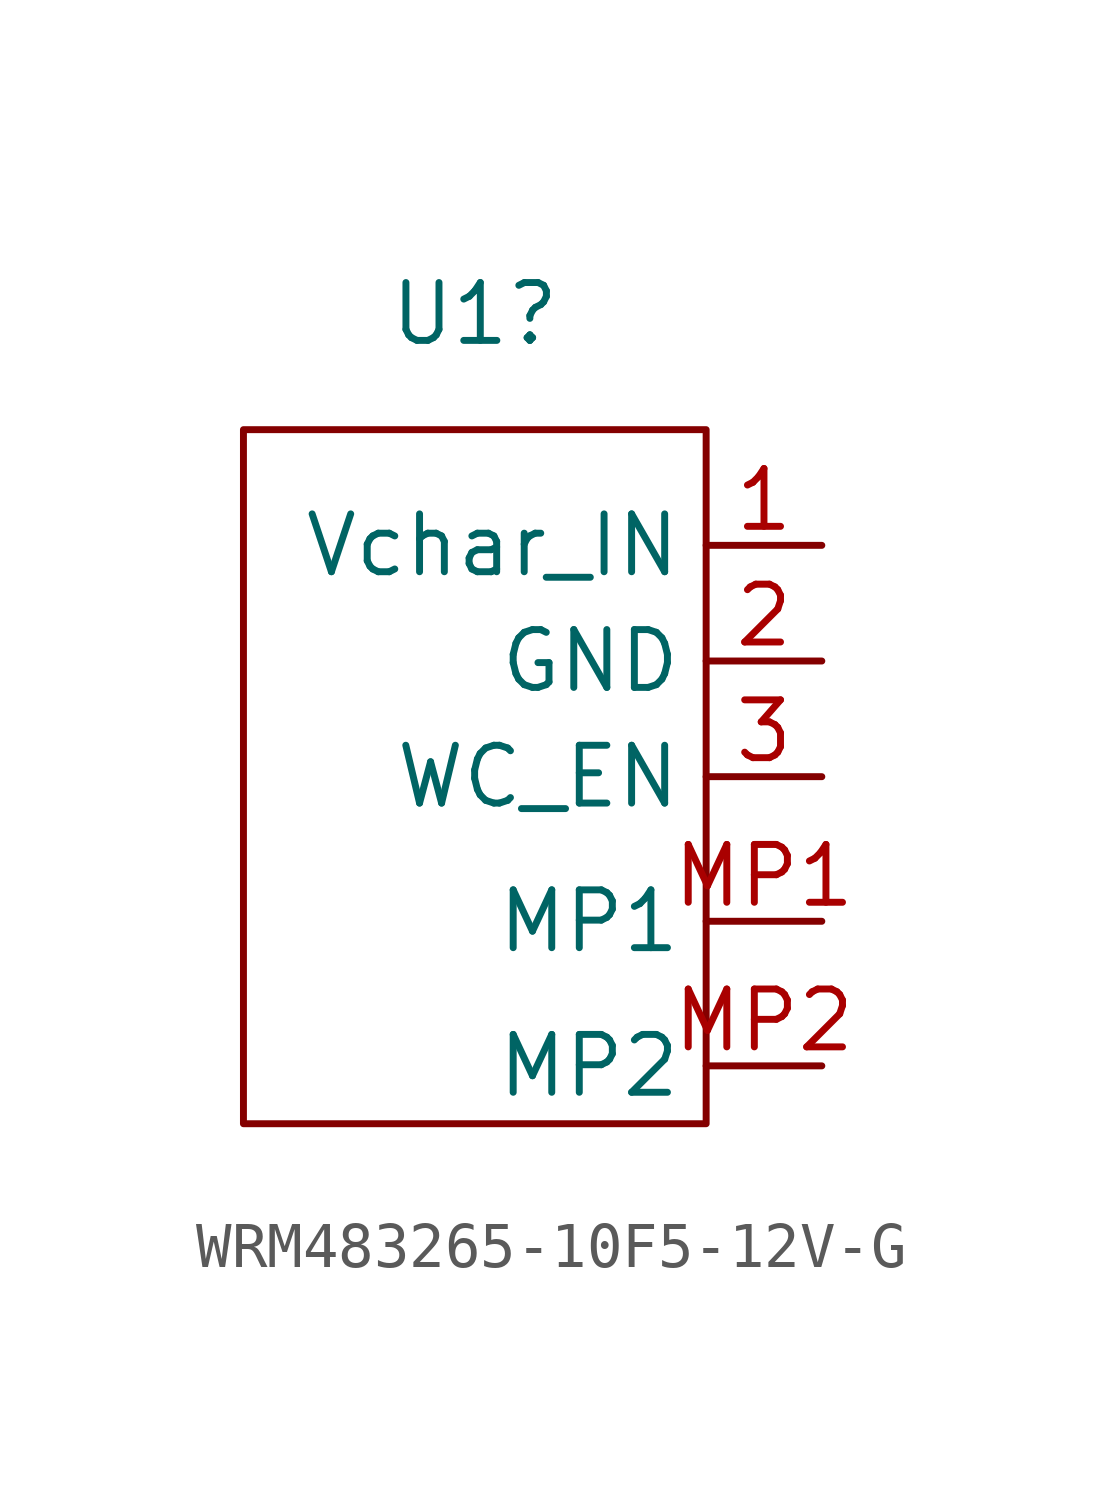
<source format=kicad_sym>
(kicad_symbol_lib
  (version 20220914)
  (generator kicad_symbol_editor)
  (symbol "WRM483265-10F5-12V-G"
    (property "Reference" "U1"
      (at 0 7.62 0)
      (effects (font (size 1.27 1.27))))
    (symbol "WRM483265-10F5-12V-G_0_1"
      (rectangle (start -5.08 5.08) (end 5.08 -10.16) (stroke (width 0) (type default)) (fill (type none))))
    (symbol "WRM483265-10F5-12V-G_1_1"
      (pin power_out line (at 7.62 2.54 180) (length 2.54) (name "Vchar_IN" (effects (font (size 1.27 1.27)))) (number "1" (effects (font (size 1.27 1.27)))))
      (pin power_in line (at 7.62 0 180) (length 2.54) (name "GND" (effects (font (size 1.27 1.27)))) (number "2" (effects (font (size 1.27 1.27)))))
      (pin input line (at 7.62 -2.54 180) (length 2.54) (name "WC_EN" (effects (font (size 1.27 1.27)))) (number "3" (effects (font (size 1.27 1.27)))))
      (pin passive line (at 7.62 -5.715 180) (length 2.54) (name "MP1" (effects (font (size 1.27 1.27)))) (number "MP1" (effects (font (size 1.27 1.27)))))
      (pin passive line (at 7.62 -8.89 180) (length 2.54) (name "MP2" (effects (font (size 1.27 1.27)))) (number "MP2" (effects (font (size 1.27 1.27))))))))
</source>
